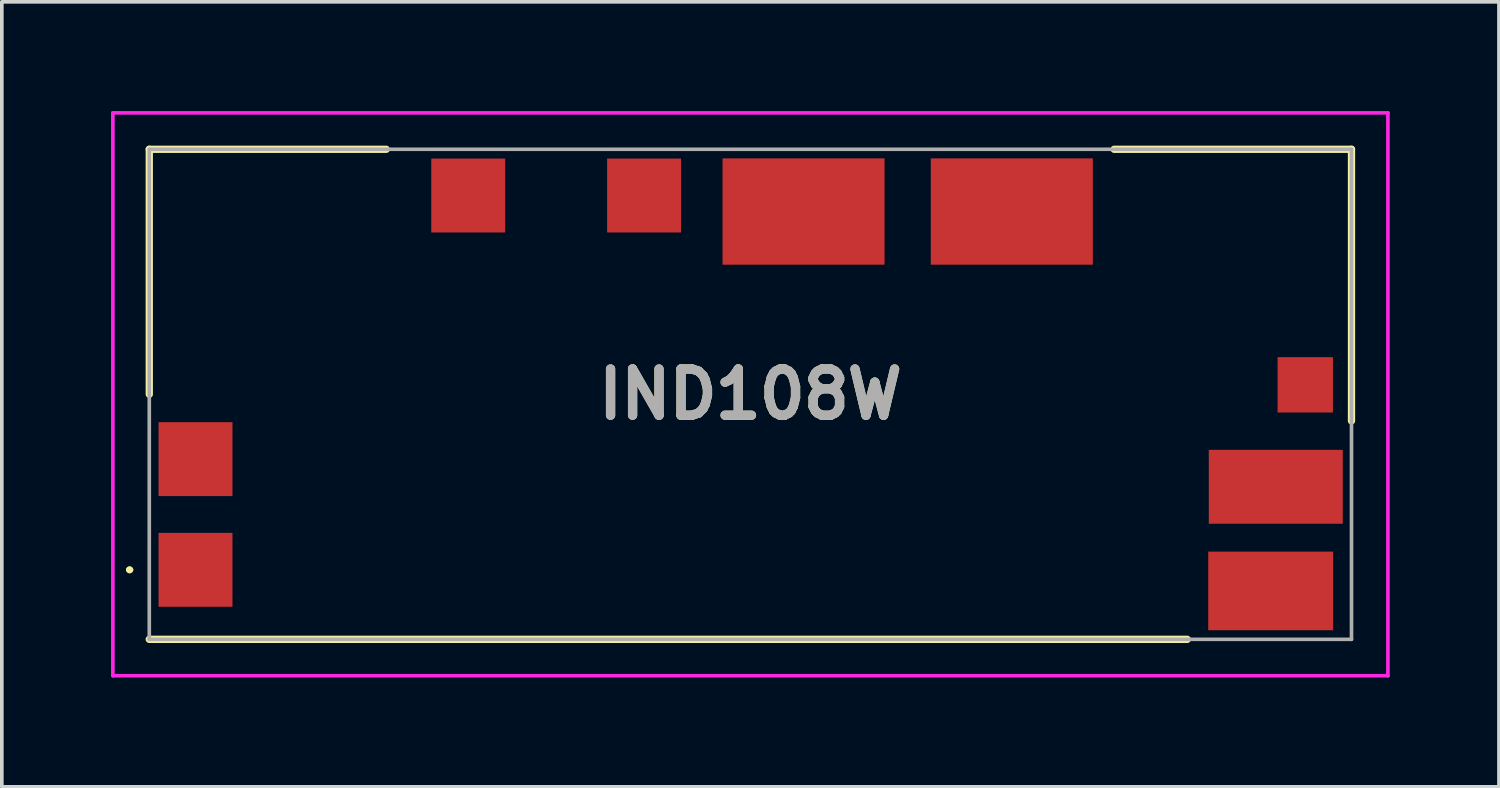
<source format=kicad_pcb>
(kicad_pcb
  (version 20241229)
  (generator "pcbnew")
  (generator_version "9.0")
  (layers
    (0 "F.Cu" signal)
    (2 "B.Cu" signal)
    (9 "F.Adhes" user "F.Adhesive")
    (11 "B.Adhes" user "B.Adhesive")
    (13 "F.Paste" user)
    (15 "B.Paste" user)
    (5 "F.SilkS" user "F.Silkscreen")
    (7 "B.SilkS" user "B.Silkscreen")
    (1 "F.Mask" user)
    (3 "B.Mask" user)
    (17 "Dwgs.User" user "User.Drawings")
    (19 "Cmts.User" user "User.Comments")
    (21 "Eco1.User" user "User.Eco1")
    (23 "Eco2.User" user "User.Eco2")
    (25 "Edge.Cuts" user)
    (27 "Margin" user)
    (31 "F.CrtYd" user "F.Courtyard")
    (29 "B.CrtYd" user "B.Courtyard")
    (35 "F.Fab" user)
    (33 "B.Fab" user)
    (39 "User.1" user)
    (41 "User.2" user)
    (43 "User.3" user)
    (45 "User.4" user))
  (footprint "IND108W"
    (layer "F.Cu")
    (at 17.56 7.78)
    (property "Reference" "IND108W" (at 0 0 0) (layer "F.SilkS") (effects (font (size 1.27 1.27) (thickness 0.254))))
    (attr smd)
    (fp_line (start -17.1 4.82) (end -17.1 4.82) (stroke (width 0.1) (type solid)) (layer "F.SilkS"))
    (fp_line (start -17 4.82) (end -17 4.82) (stroke (width 0.1) (type solid)) (layer "F.SilkS"))
    (fp_line (start -16.51 -6.73) (end -10 -6.73) (stroke (width 0.2) (type solid)) (layer "F.SilkS"))
    (fp_line (start -16.51 0) (end -16.51 -6.73) (stroke (width 0.2) (type solid)) (layer "F.SilkS"))
    (fp_line (start -16.51 6.73) (end 12 6.73) (stroke (width 0.2) (type solid)) (layer "F.SilkS"))
    (fp_line (start 16.51 -6.73) (end 9.99 -6.73) (stroke (width 0.2) (type solid)) (layer "F.SilkS"))
    (fp_line (start 16.51 0.73) (end 16.51 -6.73) (stroke (width 0.2) (type solid)) (layer "F.SilkS"))
    (fp_arc (start -17.1 4.82) (mid -17.05 4.77) (end -17 4.82) (stroke (width 0.1) (type solid)) (layer "F.SilkS"))
    (fp_arc (start -17 4.82) (mid -17.05 4.87) (end -17.1 4.82) (stroke (width 0.1) (type solid)) (layer "F.SilkS"))
    (fp_line (start -17.51 -7.73) (end 17.51 -7.73) (stroke (width 0.1) (type solid)) (layer "F.CrtYd"))
    (fp_line (start -17.51 7.73) (end -17.51 -7.73) (stroke (width 0.1) (type solid)) (layer "F.CrtYd"))
    (fp_line (start 17.51 -7.73) (end 17.51 7.73) (stroke (width 0.1) (type solid)) (layer "F.CrtYd"))
    (fp_line (start 17.51 7.73) (end -17.51 7.73) (stroke (width 0.1) (type solid)) (layer "F.CrtYd"))
    (fp_line (start -16.51 -6.73) (end 16.51 -6.73) (stroke (width 0.1) (type solid)) (layer "F.Fab"))
    (fp_line (start -16.51 6.73) (end -16.51 -6.73) (stroke (width 0.1) (type solid)) (layer "F.Fab"))
    (fp_line (start 16.51 -6.73) (end 16.51 6.73) (stroke (width 0.1) (type solid)) (layer "F.Fab"))
    (fp_line (start 16.51 6.73) (end -16.51 6.73) (stroke (width 0.1) (type solid)) (layer "F.Fab"))
    (fp_text user "${REFERENCE}" (at 0 0 0) (layer "F.Fab") (effects (font (size 1.27 1.27) (thickness 0.254))))
    (pad "1" smd rect (at -15.24 4.82 90) (size 2.03 2.03) (layers "F.Cu" "F.Mask" "F.Paste"))
    (pad "2" smd rect (at -15.24 1.78 90) (size 2.03 2.03) (layers "F.Cu" "F.Mask" "F.Paste"))
    (pad "3" smd rect (at -7.75 -5.46 90) (size 2.03 2.03) (layers "F.Cu" "F.Mask" "F.Paste"))
    (pad "4" smd rect (at -2.92 -5.46 90) (size 2.03 2.03) (layers "F.Cu" "F.Mask" "F.Paste"))
    (pad "5" smd rect (at 1.46 -5.02 90) (size 2.92 4.45) (layers "F.Cu" "F.Mask" "F.Paste"))
    (pad "6" smd rect (at 7.18 -5.02 90) (size 2.92 4.45) (layers "F.Cu" "F.Mask" "F.Paste"))
    (pad "7" smd rect (at 15.24 -0.26 90) (size 1.52 1.52) (layers "F.Cu" "F.Mask" "F.Paste"))
    (pad "8" smd rect (at 14.43 2.54 90) (size 2.03 3.68) (layers "F.Cu" "F.Mask" "F.Paste"))
    (pad "9" smd rect (at 14.29 5.4 90) (size 2.16 3.43) (layers "F.Cu" "F.Mask" "F.Paste")))
  (gr_rect
    (start -3 -3)
    (end 38.12 18.56)
    (stroke (width 0.1) (type default))
    (fill no)
    (layer "Edge.Cuts")))
</source>
